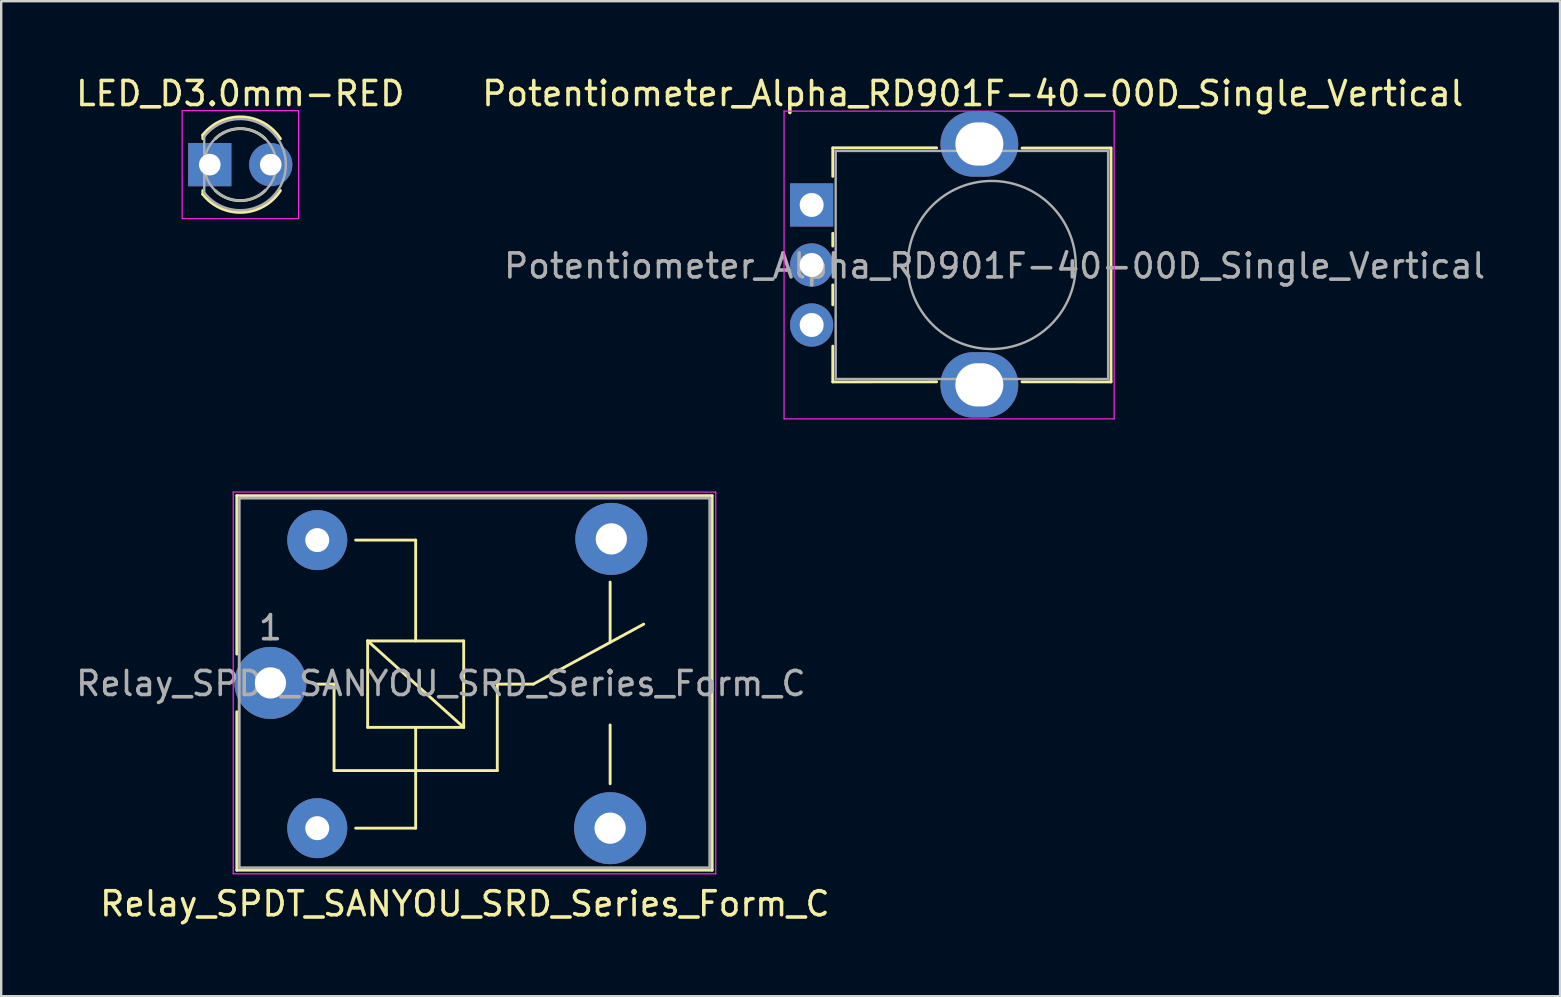
<source format=kicad_pcb>
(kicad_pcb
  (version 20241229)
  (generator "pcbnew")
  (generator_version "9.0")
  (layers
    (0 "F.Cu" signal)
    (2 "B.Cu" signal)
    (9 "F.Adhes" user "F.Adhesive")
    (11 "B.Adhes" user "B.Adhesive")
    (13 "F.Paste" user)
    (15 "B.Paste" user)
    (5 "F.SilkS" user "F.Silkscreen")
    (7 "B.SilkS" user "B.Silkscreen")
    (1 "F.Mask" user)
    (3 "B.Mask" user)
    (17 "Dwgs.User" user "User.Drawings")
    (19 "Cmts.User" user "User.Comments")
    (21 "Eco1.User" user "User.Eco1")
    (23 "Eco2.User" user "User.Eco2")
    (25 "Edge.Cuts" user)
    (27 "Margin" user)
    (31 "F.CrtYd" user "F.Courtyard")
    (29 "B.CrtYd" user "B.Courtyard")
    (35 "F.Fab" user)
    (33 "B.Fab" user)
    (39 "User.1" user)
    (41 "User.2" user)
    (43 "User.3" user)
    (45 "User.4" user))
  (footprint "LED_D3.0mm-RED"
    (layer "F.Cu")
    (at 5.688 3.808)
    (property "Reference" "LED_D3.0mm-RED" (at 1.27 -2.96 0) (layer "F.SilkS") (effects (font (size 1 1) (thickness 0.15))))
    (attr through_hole)
    (fp_line (start -0.29 -1.236) (end -0.29 -1.08) (stroke (width 0.12) (type solid)) (layer "F.SilkS"))
    (fp_line (start -0.29 1.08) (end -0.29 1.236) (stroke (width 0.12) (type solid)) (layer "F.SilkS"))
    (fp_arc (start -0.29 -1.235516) (mid 1.366487 -1.987659) (end 2.942335 -1.078608) (stroke (width 0.12) (type solid)) (layer "F.SilkS"))
    (fp_arc (start 0.229039 -1.08) (mid 1.270117 -1.5) (end 2.31113 -1.079837) (stroke (width 0.12) (type solid)) (layer "F.SilkS"))
    (fp_arc (start 2.31113 1.079837) (mid 1.270117 1.5) (end 0.229039 1.08) (stroke (width 0.12) (type solid)) (layer "F.SilkS"))
    (fp_arc (start 2.942335 1.078608) (mid 1.366487 1.987659) (end -0.29 1.235516) (stroke (width 0.12) (type solid)) (layer "F.SilkS"))
    (fp_line (start -1.15 -2.25) (end -1.15 2.25) (stroke (width 0.05) (type solid)) (layer "F.CrtYd"))
    (fp_line (start -1.15 2.25) (end 3.7 2.25) (stroke (width 0.05) (type solid)) (layer "F.CrtYd"))
    (fp_line (start 3.7 -2.25) (end -1.15 -2.25) (stroke (width 0.05) (type solid)) (layer "F.CrtYd"))
    (fp_line (start 3.7 2.25) (end 3.7 -2.25) (stroke (width 0.05) (type solid)) (layer "F.CrtYd"))
    (fp_line (start -0.23 -1.166) (end -0.23 1.166) (stroke (width 0.1) (type solid)) (layer "F.Fab"))
    (fp_arc (start -0.23 -1.16619) (mid 3.17 0.000452) (end -0.230555 1.165476) (stroke (width 0.1) (type solid)) (layer "F.Fab"))
    (fp_circle (center 1.27 0) (end 2.77 0) (stroke (width 0.1) (type solid)) (fill no) (layer "F.Fab"))
    (pad "1" thru_hole rect (at 0 0) (size 1.8 1.8) (drill 0.9) (layers "*.Cu" "*.Mask"))
    (pad "2" thru_hole circle (at 2.54 0) (size 1.8 1.8) (drill 0.9) (layers "*.Cu" "*.Mask")))
  (footprint "Relay_SPDT_SANYOU_SRD_Series_Form_C"
    (layer "F.Cu")
    (at 8.215 25.398)
    (property "Reference" "Relay_SPDT_SANYOU_SRD_Series_Form_C" (at 8.1 9.2 0) (layer "F.SilkS") (effects (font (size 1 1) (thickness 0.15))))
    (attr through_hole)
    (fp_line (start -1.4 -7.8) (end -1.4 -1.2) (stroke (width 0.12) (type solid)) (layer "F.SilkS"))
    (fp_line (start -1.4 -7.8) (end 18.4 -7.8) (stroke (width 0.12) (type solid)) (layer "F.SilkS"))
    (fp_line (start -1.4 1.2) (end -1.4 7.8) (stroke (width 0.12) (type solid)) (layer "F.SilkS"))
    (fp_line (start 2.65 0.05) (end 1.85 0.05) (stroke (width 0.12) (type solid)) (layer "F.SilkS"))
    (fp_line (start 2.65 0.05) (end 2.65 3.65) (stroke (width 0.12) (type solid)) (layer "F.SilkS"))
    (fp_line (start 3.55 6.05) (end 6.05 6.05) (stroke (width 0.12) (type solid)) (layer "F.SilkS"))
    (fp_line (start 4.05 -1.75) (end 8.05 -1.75) (stroke (width 0.12) (type solid)) (layer "F.SilkS"))
    (fp_line (start 4.05 1.85) (end 4.05 -1.75) (stroke (width 0.12) (type solid)) (layer "F.SilkS"))
    (fp_line (start 6.05 -5.95) (end 3.55 -5.95) (stroke (width 0.12) (type solid)) (layer "F.SilkS"))
    (fp_line (start 6.05 -5.95) (end 6.05 -1.75) (stroke (width 0.12) (type solid)) (layer "F.SilkS"))
    (fp_line (start 6.05 1.85) (end 6.05 6.05) (stroke (width 0.12) (type solid)) (layer "F.SilkS"))
    (fp_line (start 8.05 -1.75) (end 8.05 1.85) (stroke (width 0.12) (type solid)) (layer "F.SilkS"))
    (fp_line (start 8.05 1.85) (end 4.05 -1.75) (stroke (width 0.12) (type solid)) (layer "F.SilkS"))
    (fp_line (start 8.05 1.85) (end 4.05 1.85) (stroke (width 0.12) (type solid)) (layer "F.SilkS"))
    (fp_line (start 9.45 0.05) (end 9.45 3.65) (stroke (width 0.12) (type solid)) (layer "F.SilkS"))
    (fp_line (start 9.45 0.05) (end 10.95 0.05) (stroke (width 0.12) (type solid)) (layer "F.SilkS"))
    (fp_line (start 9.45 3.65) (end 2.65 3.65) (stroke (width 0.12) (type solid)) (layer "F.SilkS"))
    (fp_line (start 10.95 0.05) (end 15.55 -2.45) (stroke (width 0.12) (type solid)) (layer "F.SilkS"))
    (fp_line (start 14.15 -4.2) (end 14.15 -1.7) (stroke (width 0.12) (type solid)) (layer "F.SilkS"))
    (fp_line (start 14.15 4.2) (end 14.15 1.75) (stroke (width 0.12) (type solid)) (layer "F.SilkS"))
    (fp_line (start 18.4 -7.8) (end 18.4 7.8) (stroke (width 0.12) (type solid)) (layer "F.SilkS"))
    (fp_line (start 18.4 7.8) (end -1.4 7.8) (stroke (width 0.12) (type solid)) (layer "F.SilkS"))
    (fp_line (start -1.55 7.95) (end -1.55 -7.95) (stroke (width 0.05) (type solid)) (layer "F.CrtYd"))
    (fp_line (start -1.55 7.95) (end 18.55 7.95) (stroke (width 0.05) (type solid)) (layer "F.CrtYd"))
    (fp_line (start 18.55 -7.95) (end -1.55 -7.95) (stroke (width 0.05) (type solid)) (layer "F.CrtYd"))
    (fp_line (start 18.55 -7.95) (end 18.55 7.95) (stroke (width 0.05) (type solid)) (layer "F.CrtYd"))
    (fp_line (start -1.3 -7.7) (end 18.3 -7.7) (stroke (width 0.12) (type solid)) (layer "F.Fab"))
    (fp_line (start -1.3 7.7) (end -1.3 -7.7) (stroke (width 0.12) (type solid)) (layer "F.Fab"))
    (fp_line (start 18.3 -7.7) (end 18.3 7.7) (stroke (width 0.12) (type solid)) (layer "F.Fab"))
    (fp_line (start 18.3 7.7) (end -1.3 7.7) (stroke (width 0.12) (type solid)) (layer "F.Fab"))
    (fp_text user "1" (at 0 -2.3 0) (layer "F.Fab") (effects (font (size 1 1) (thickness 0.15))))
    (fp_text user "${REFERENCE}" (at 7.1 0.025 0) (layer "F.Fab") (effects (font (size 1 1) (thickness 0.15))))
    (pad "1" thru_hole circle (at 0 0 90) (size 3 3) (drill 1.3) (layers "*.Cu" "*.Mask"))
    (pad "2" thru_hole circle (at 1.95 6.05 90) (size 2.5 2.5) (drill 1) (layers "*.Cu" "*.Mask"))
    (pad "3" thru_hole circle (at 1.95 -5.95 90) (size 2.5 2.5) (drill 1) (layers "*.Cu" "*.Mask"))
    (pad "4" thru_hole circle (at 14.2 -6 90) (size 3 3) (drill 1.3) (layers "*.Cu" "*.Mask"))
    (pad "5" thru_hole circle (at 14.15 6.05 90) (size 3 3) (drill 1.3) (layers "*.Cu" "*.Mask")))
  (footprint "Potentiometer_Alpha_RD901F-40-00D_Single_Vertical"
    (layer "F.Cu")
    (at 30.76 5.488)
    (property "Reference" "Potentiometer_Alpha_RD901F-40-00D_Single_Vertical" (at 6.71 -4.64 180) (layer "F.SilkS") (effects (font (size 1 1) (thickness 0.15))))
    (attr through_hole)
    (fp_line (start 0.88 -2.38) (end 5.207 -2.38) (stroke (width 0.12) (type solid)) (layer "F.SilkS"))
    (fp_line (start 0.88 -1.19) (end 0.88 -2.37) (stroke (width 0.12) (type solid)) (layer "F.SilkS"))
    (fp_line (start 0.88 1.71) (end 0.88 1.18) (stroke (width 0.12) (type solid)) (layer "F.SilkS"))
    (fp_line (start 0.88 4.16) (end 0.88 3.33) (stroke (width 0.12) (type solid)) (layer "F.SilkS"))
    (fp_line (start 0.88 7.37) (end 0.88 5.88) (stroke (width 0.12) (type solid)) (layer "F.SilkS"))
    (fp_line (start 0.88 7.37) (end 5.207 7.366) (stroke (width 0.12) (type solid)) (layer "F.SilkS"))
    (fp_line (start 8.763 -2.37) (end 12.47 -2.37) (stroke (width 0.12) (type solid)) (layer "F.SilkS"))
    (fp_line (start 8.763 7.366) (end 12.47 7.37) (stroke (width 0.12) (type solid)) (layer "F.SilkS"))
    (fp_line (start 12.47 7.37) (end 12.47 -2.37) (stroke (width 0.12) (type solid)) (layer "F.SilkS"))
    (fp_line (start -1.15 -3.91) (end -1.15 8.91) (stroke (width 0.05) (type solid)) (layer "F.CrtYd"))
    (fp_line (start -1.15 8.91) (end 12.6 8.91) (stroke (width 0.05) (type solid)) (layer "F.CrtYd"))
    (fp_line (start 12.6 -3.91) (end -1.15 -3.91) (stroke (width 0.05) (type solid)) (layer "F.CrtYd"))
    (fp_line (start 12.6 8.91) (end 12.6 -3.91) (stroke (width 0.05) (type solid)) (layer "F.CrtYd"))
    (fp_line (start 1 -2.25) (end 12.35 -2.25) (stroke (width 0.1) (type solid)) (layer "F.Fab"))
    (fp_line (start 1 7.25) (end 1 -2.25) (stroke (width 0.1) (type solid)) (layer "F.Fab"))
    (fp_line (start 1 7.25) (end 12.35 7.25) (stroke (width 0.1) (type solid)) (layer "F.Fab"))
    (fp_line (start 12.35 7.25) (end 12.35 -2.25) (stroke (width 0.1) (type solid)) (layer "F.Fab"))
    (fp_circle (center 7.5 2.5) (end 7.5 -1) (stroke (width 0.1) (type solid)) (fill no) (layer "F.Fab"))
    (fp_text user "${REFERENCE}" (at 7.62 2.54 0) (layer "F.Fab") (effects (font (size 1 1) (thickness 0.15))))
    (pad "1" thru_hole rect (at 0 0 90) (size 1.8 1.8) (drill 1) (layers "*.Cu" "*.Mask"))
    (pad "2" thru_hole circle (at 0 2.5 90) (size 1.8 1.8) (drill 1) (layers "*.Cu" "*.Mask"))
    (pad "3" thru_hole circle (at 0 5 90) (size 1.8 1.8) (drill 1) (layers "*.Cu" "*.Mask"))
    (pad "SH" thru_hole oval (at 6.985 -2.54 90) (size 2.72 3.24) (drill oval 1.8 2) (layers "*.Cu" "*.Mask"))
    (pad "SH" thru_hole oval (at 6.985 7.493 90) (size 2.72 3.24) (drill oval 1.8 2) (layers "*.Cu" "*.Mask")))
  (gr_rect
    (start -3 -3)
    (end 61.934 38.447)
    (stroke (width 0.1) (type default))
    (fill no)
    (layer "Edge.Cuts")))
</source>
